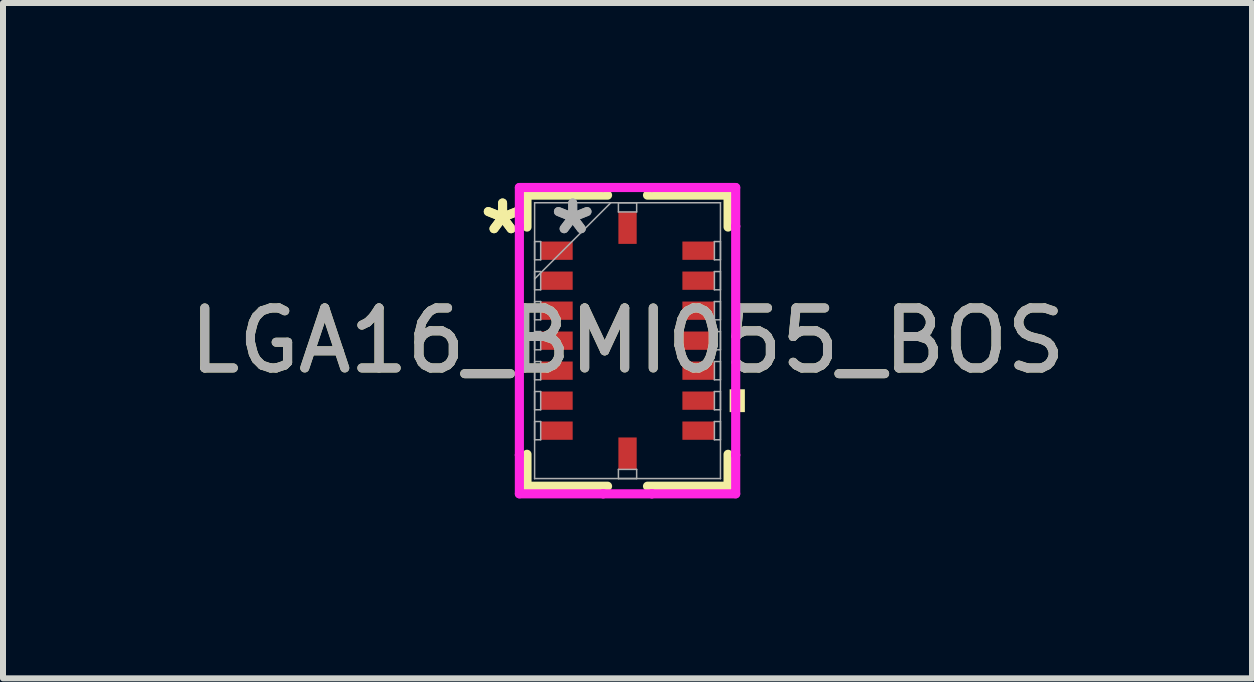
<source format=kicad_pcb>
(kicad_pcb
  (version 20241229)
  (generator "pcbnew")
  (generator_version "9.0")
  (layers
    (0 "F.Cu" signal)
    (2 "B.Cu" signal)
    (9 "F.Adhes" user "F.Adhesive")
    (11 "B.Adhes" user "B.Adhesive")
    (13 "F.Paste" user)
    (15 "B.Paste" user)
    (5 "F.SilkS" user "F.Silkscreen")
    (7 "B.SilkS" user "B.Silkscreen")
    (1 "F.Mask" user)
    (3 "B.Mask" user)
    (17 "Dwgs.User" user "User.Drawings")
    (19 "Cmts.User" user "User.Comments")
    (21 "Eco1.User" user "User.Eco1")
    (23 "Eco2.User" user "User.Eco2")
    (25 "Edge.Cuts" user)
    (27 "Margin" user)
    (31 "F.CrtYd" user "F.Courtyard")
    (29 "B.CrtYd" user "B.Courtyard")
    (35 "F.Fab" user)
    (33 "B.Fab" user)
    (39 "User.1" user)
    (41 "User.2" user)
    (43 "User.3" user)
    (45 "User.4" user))
  (footprint "LGA16_BMI055_BOS"
    (layer "F.Cu")
    (at 7.411 2.629)
    (property "Reference" "LGA16_BMI055_BOS" (at 0 0 0) (unlocked yes) (layer "F.SilkS") (effects (font (size 1 1) (thickness 0.15))))
    (attr smd)
    (fp_line (start -1.676 -2.426) (end -1.676 -1.894) (stroke (width 0.152) (type solid)) (layer "F.SilkS"))
    (fp_line (start -1.676 1.894) (end -1.676 2.426) (stroke (width 0.152) (type solid)) (layer "F.SilkS"))
    (fp_line (start -1.676 2.426) (end -0.333 2.426) (stroke (width 0.152) (type solid)) (layer "F.SilkS"))
    (fp_line (start -0.333 -2.426) (end -1.676 -2.426) (stroke (width 0.152) (type solid)) (layer "F.SilkS"))
    (fp_line (start 0.333 2.426) (end 1.676 2.426) (stroke (width 0.152) (type solid)) (layer "F.SilkS"))
    (fp_line (start 1.676 -2.426) (end 0.333 -2.426) (stroke (width 0.152) (type solid)) (layer "F.SilkS"))
    (fp_line (start 1.676 -1.894) (end 1.676 -2.426) (stroke (width 0.152) (type solid)) (layer "F.SilkS"))
    (fp_line (start 1.676 2.426) (end 1.676 1.894) (stroke (width 0.152) (type solid)) (layer "F.SilkS"))
    (fp_poly (pts (xy 1.956 0.81) (xy 1.956 1.191) (xy 1.702 1.191) (xy 1.702 0.81)) (stroke (width 0) (type solid)) (fill yes) (layer "F.SilkS"))
    (fp_line (start -1.803 -2.553) (end -0.406 -2.553) (stroke (width 0.152) (type solid)) (layer "F.CrtYd"))
    (fp_line (start -1.803 -1.906) (end -1.803 -2.553) (stroke (width 0.152) (type solid)) (layer "F.CrtYd"))
    (fp_line (start -1.803 -1.906) (end -1.803 -1.906) (stroke (width 0.152) (type solid)) (layer "F.CrtYd"))
    (fp_line (start -1.803 1.906) (end -1.803 -1.906) (stroke (width 0.152) (type solid)) (layer "F.CrtYd"))
    (fp_line (start -1.803 1.906) (end -1.803 1.906) (stroke (width 0.152) (type solid)) (layer "F.CrtYd"))
    (fp_line (start -1.803 2.553) (end -1.803 1.906) (stroke (width 0.152) (type solid)) (layer "F.CrtYd"))
    (fp_line (start -0.406 -2.553) (end -0.406 -2.553) (stroke (width 0.152) (type solid)) (layer "F.CrtYd"))
    (fp_line (start -0.406 -2.553) (end 0.406 -2.553) (stroke (width 0.152) (type solid)) (layer "F.CrtYd"))
    (fp_line (start -0.406 2.553) (end -1.803 2.553) (stroke (width 0.152) (type solid)) (layer "F.CrtYd"))
    (fp_line (start -0.406 2.553) (end -0.406 2.553) (stroke (width 0.152) (type solid)) (layer "F.CrtYd"))
    (fp_line (start 0.406 -2.553) (end 0.406 -2.553) (stroke (width 0.152) (type solid)) (layer "F.CrtYd"))
    (fp_line (start 0.406 -2.553) (end 1.803 -2.553) (stroke (width 0.152) (type solid)) (layer "F.CrtYd"))
    (fp_line (start 0.406 2.553) (end -0.406 2.553) (stroke (width 0.152) (type solid)) (layer "F.CrtYd"))
    (fp_line (start 0.406 2.553) (end 0.406 2.553) (stroke (width 0.152) (type solid)) (layer "F.CrtYd"))
    (fp_line (start 1.803 -2.553) (end 1.803 -1.906) (stroke (width 0.152) (type solid)) (layer "F.CrtYd"))
    (fp_line (start 1.803 -1.906) (end 1.803 -1.906) (stroke (width 0.152) (type solid)) (layer "F.CrtYd"))
    (fp_line (start 1.803 -1.906) (end 1.803 1.906) (stroke (width 0.152) (type solid)) (layer "F.CrtYd"))
    (fp_line (start 1.803 1.906) (end 1.803 1.906) (stroke (width 0.152) (type solid)) (layer "F.CrtYd"))
    (fp_line (start 1.803 1.906) (end 1.803 2.553) (stroke (width 0.152) (type solid)) (layer "F.CrtYd"))
    (fp_line (start 1.803 2.553) (end 0.406 2.553) (stroke (width 0.152) (type solid)) (layer "F.CrtYd"))
    (fp_line (start -1.549 -2.299) (end -1.549 -2.299) (stroke (width 0.025) (type solid)) (layer "F.Fab"))
    (fp_line (start -1.549 -2.299) (end -1.549 2.299) (stroke (width 0.025) (type solid)) (layer "F.Fab"))
    (fp_line (start -1.549 -1.652) (end -1.448 -1.652) (stroke (width 0.025) (type solid)) (layer "F.Fab"))
    (fp_line (start -1.549 -1.348) (end -1.549 -1.652) (stroke (width 0.025) (type solid)) (layer "F.Fab"))
    (fp_line (start -1.549 -1.152) (end -1.448 -1.152) (stroke (width 0.025) (type solid)) (layer "F.Fab"))
    (fp_line (start -1.549 -1.029) (end -0.279 -2.299) (stroke (width 0.025) (type solid)) (layer "F.Fab"))
    (fp_line (start -1.549 -0.848) (end -1.549 -1.152) (stroke (width 0.025) (type solid)) (layer "F.Fab"))
    (fp_line (start -1.549 -0.652) (end -1.448 -0.652) (stroke (width 0.025) (type solid)) (layer "F.Fab"))
    (fp_line (start -1.549 -0.348) (end -1.549 -0.652) (stroke (width 0.025) (type solid)) (layer "F.Fab"))
    (fp_line (start -1.549 -0.152) (end -1.448 -0.152) (stroke (width 0.025) (type solid)) (layer "F.Fab"))
    (fp_line (start -1.549 0.152) (end -1.549 -0.152) (stroke (width 0.025) (type solid)) (layer "F.Fab"))
    (fp_line (start -1.549 0.348) (end -1.448 0.348) (stroke (width 0.025) (type solid)) (layer "F.Fab"))
    (fp_line (start -1.549 0.652) (end -1.549 0.348) (stroke (width 0.025) (type solid)) (layer "F.Fab"))
    (fp_line (start -1.549 0.848) (end -1.448 0.848) (stroke (width 0.025) (type solid)) (layer "F.Fab"))
    (fp_line (start -1.549 1.152) (end -1.549 0.848) (stroke (width 0.025) (type solid)) (layer "F.Fab"))
    (fp_line (start -1.549 1.348) (end -1.448 1.348) (stroke (width 0.025) (type solid)) (layer "F.Fab"))
    (fp_line (start -1.549 1.652) (end -1.549 1.348) (stroke (width 0.025) (type solid)) (layer "F.Fab"))
    (fp_line (start -1.549 2.299) (end -1.549 2.299) (stroke (width 0.025) (type solid)) (layer "F.Fab"))
    (fp_line (start -1.549 2.299) (end 1.549 2.299) (stroke (width 0.025) (type solid)) (layer "F.Fab"))
    (fp_line (start -1.448 -1.652) (end -1.448 -1.348) (stroke (width 0.025) (type solid)) (layer "F.Fab"))
    (fp_line (start -1.448 -1.348) (end -1.549 -1.348) (stroke (width 0.025) (type solid)) (layer "F.Fab"))
    (fp_line (start -1.448 -1.152) (end -1.448 -0.848) (stroke (width 0.025) (type solid)) (layer "F.Fab"))
    (fp_line (start -1.448 -0.848) (end -1.549 -0.848) (stroke (width 0.025) (type solid)) (layer "F.Fab"))
    (fp_line (start -1.448 -0.652) (end -1.448 -0.348) (stroke (width 0.025) (type solid)) (layer "F.Fab"))
    (fp_line (start -1.448 -0.348) (end -1.549 -0.348) (stroke (width 0.025) (type solid)) (layer "F.Fab"))
    (fp_line (start -1.448 -0.152) (end -1.448 0.152) (stroke (width 0.025) (type solid)) (layer "F.Fab"))
    (fp_line (start -1.448 0.152) (end -1.549 0.152) (stroke (width 0.025) (type solid)) (layer "F.Fab"))
    (fp_line (start -1.448 0.348) (end -1.448 0.652) (stroke (width 0.025) (type solid)) (layer "F.Fab"))
    (fp_line (start -1.448 0.652) (end -1.549 0.652) (stroke (width 0.025) (type solid)) (layer "F.Fab"))
    (fp_line (start -1.448 0.848) (end -1.448 1.152) (stroke (width 0.025) (type solid)) (layer "F.Fab"))
    (fp_line (start -1.448 1.152) (end -1.549 1.152) (stroke (width 0.025) (type solid)) (layer "F.Fab"))
    (fp_line (start -1.448 1.348) (end -1.448 1.652) (stroke (width 0.025) (type solid)) (layer "F.Fab"))
    (fp_line (start -1.448 1.652) (end -1.549 1.652) (stroke (width 0.025) (type solid)) (layer "F.Fab"))
    (fp_line (start -0.152 -2.299) (end 0.152 -2.299) (stroke (width 0.025) (type solid)) (layer "F.Fab"))
    (fp_line (start -0.152 -2.146) (end -0.152 -2.299) (stroke (width 0.025) (type solid)) (layer "F.Fab"))
    (fp_line (start -0.152 2.146) (end 0.152 2.146) (stroke (width 0.025) (type solid)) (layer "F.Fab"))
    (fp_line (start -0.152 2.299) (end -0.152 2.146) (stroke (width 0.025) (type solid)) (layer "F.Fab"))
    (fp_line (start 0.152 -2.299) (end 0.152 -2.146) (stroke (width 0.025) (type solid)) (layer "F.Fab"))
    (fp_line (start 0.152 -2.146) (end -0.152 -2.146) (stroke (width 0.025) (type solid)) (layer "F.Fab"))
    (fp_line (start 0.152 2.146) (end 0.152 2.299) (stroke (width 0.025) (type solid)) (layer "F.Fab"))
    (fp_line (start 0.152 2.299) (end -0.152 2.299) (stroke (width 0.025) (type solid)) (layer "F.Fab"))
    (fp_line (start 1.448 -1.652) (end 1.549 -1.652) (stroke (width 0.025) (type solid)) (layer "F.Fab"))
    (fp_line (start 1.448 -1.348) (end 1.448 -1.652) (stroke (width 0.025) (type solid)) (layer "F.Fab"))
    (fp_line (start 1.448 -1.152) (end 1.549 -1.152) (stroke (width 0.025) (type solid)) (layer "F.Fab"))
    (fp_line (start 1.448 -0.848) (end 1.448 -1.152) (stroke (width 0.025) (type solid)) (layer "F.Fab"))
    (fp_line (start 1.448 -0.652) (end 1.549 -0.652) (stroke (width 0.025) (type solid)) (layer "F.Fab"))
    (fp_line (start 1.448 -0.348) (end 1.448 -0.652) (stroke (width 0.025) (type solid)) (layer "F.Fab"))
    (fp_line (start 1.448 -0.152) (end 1.549 -0.152) (stroke (width 0.025) (type solid)) (layer "F.Fab"))
    (fp_line (start 1.448 0.152) (end 1.448 -0.152) (stroke (width 0.025) (type solid)) (layer "F.Fab"))
    (fp_line (start 1.448 0.348) (end 1.549 0.348) (stroke (width 0.025) (type solid)) (layer "F.Fab"))
    (fp_line (start 1.448 0.652) (end 1.448 0.348) (stroke (width 0.025) (type solid)) (layer "F.Fab"))
    (fp_line (start 1.448 0.848) (end 1.549 0.848) (stroke (width 0.025) (type solid)) (layer "F.Fab"))
    (fp_line (start 1.448 1.152) (end 1.448 0.848) (stroke (width 0.025) (type solid)) (layer "F.Fab"))
    (fp_line (start 1.448 1.348) (end 1.549 1.348) (stroke (width 0.025) (type solid)) (layer "F.Fab"))
    (fp_line (start 1.448 1.652) (end 1.448 1.348) (stroke (width 0.025) (type solid)) (layer "F.Fab"))
    (fp_line (start 1.549 -2.299) (end -1.549 -2.299) (stroke (width 0.025) (type solid)) (layer "F.Fab"))
    (fp_line (start 1.549 -2.299) (end 1.549 -2.299) (stroke (width 0.025) (type solid)) (layer "F.Fab"))
    (fp_line (start 1.549 -1.652) (end 1.549 -1.348) (stroke (width 0.025) (type solid)) (layer "F.Fab"))
    (fp_line (start 1.549 -1.348) (end 1.448 -1.348) (stroke (width 0.025) (type solid)) (layer "F.Fab"))
    (fp_line (start 1.549 -1.152) (end 1.549 -0.848) (stroke (width 0.025) (type solid)) (layer "F.Fab"))
    (fp_line (start 1.549 -0.848) (end 1.448 -0.848) (stroke (width 0.025) (type solid)) (layer "F.Fab"))
    (fp_line (start 1.549 -0.652) (end 1.549 -0.348) (stroke (width 0.025) (type solid)) (layer "F.Fab"))
    (fp_line (start 1.549 -0.348) (end 1.448 -0.348) (stroke (width 0.025) (type solid)) (layer "F.Fab"))
    (fp_line (start 1.549 -0.152) (end 1.549 0.152) (stroke (width 0.025) (type solid)) (layer "F.Fab"))
    (fp_line (start 1.549 0.152) (end 1.448 0.152) (stroke (width 0.025) (type solid)) (layer "F.Fab"))
    (fp_line (start 1.549 0.348) (end 1.549 0.652) (stroke (width 0.025) (type solid)) (layer "F.Fab"))
    (fp_line (start 1.549 0.652) (end 1.448 0.652) (stroke (width 0.025) (type solid)) (layer "F.Fab"))
    (fp_line (start 1.549 0.848) (end 1.549 1.152) (stroke (width 0.025) (type solid)) (layer "F.Fab"))
    (fp_line (start 1.549 1.152) (end 1.448 1.152) (stroke (width 0.025) (type solid)) (layer "F.Fab"))
    (fp_line (start 1.549 1.348) (end 1.549 1.652) (stroke (width 0.025) (type solid)) (layer "F.Fab"))
    (fp_line (start 1.549 1.652) (end 1.448 1.652) (stroke (width 0.025) (type solid)) (layer "F.Fab"))
    (fp_line (start 1.549 2.299) (end 1.549 -2.299) (stroke (width 0.025) (type solid)) (layer "F.Fab"))
    (fp_line (start 1.549 2.299) (end 1.549 2.299) (stroke (width 0.025) (type solid)) (layer "F.Fab"))
    (fp_text user "*" (at -2.083 -1.75 0) (layer "F.SilkS") (effects (font (size 1 1) (thickness 0.15))))
    (fp_text user "*" (at -2.083 -1.75 0) (unlocked yes) (layer "F.SilkS") (effects (font (size 1 1) (thickness 0.15))))
    (fp_text user "${REFERENCE}" (at 0 0 0) (unlocked yes) (layer "F.Fab") (effects (font (size 1 1) (thickness 0.15))))
    (fp_text user "*" (at -0.914 -1.75 0) (unlocked yes) (layer "F.Fab") (effects (font (size 1 1) (thickness 0.15))))
    (fp_text user "*" (at -0.914 -1.75 0) (layer "F.Fab") (effects (font (size 1 1) (thickness 0.15))))
    (pad "1" smd rect (at -1.181 -1.5 90) (size 0.305 0.533) (layers "F.Cu" "F.Mask" "F.Paste"))
    (pad "2" smd rect (at -1.181 -1 90) (size 0.305 0.533) (layers "F.Cu" "F.Mask" "F.Paste"))
    (pad "3" smd rect (at -1.181 -0.5 90) (size 0.305 0.533) (layers "F.Cu" "F.Mask" "F.Paste"))
    (pad "4" smd rect (at -1.181 0 90) (size 0.305 0.533) (layers "F.Cu" "F.Mask" "F.Paste"))
    (pad "5" smd rect (at -1.181 0.5 90) (size 0.305 0.533) (layers "F.Cu" "F.Mask" "F.Paste"))
    (pad "6" smd rect (at -1.181 1 90) (size 0.305 0.533) (layers "F.Cu" "F.Mask" "F.Paste"))
    (pad "7" smd rect (at -1.181 1.5 90) (size 0.305 0.533) (layers "F.Cu" "F.Mask" "F.Paste"))
    (pad "8" smd rect (at 0 1.88) (size 0.305 0.533) (layers "F.Cu" "F.Mask" "F.Paste"))
    (pad "9" smd rect (at 1.181 1.5 90) (size 0.305 0.533) (layers "F.Cu" "F.Mask" "F.Paste"))
    (pad "10" smd rect (at 1.181 1 90) (size 0.305 0.533) (layers "F.Cu" "F.Mask" "F.Paste"))
    (pad "11" smd rect (at 1.181 0.5 90) (size 0.305 0.533) (layers "F.Cu" "F.Mask" "F.Paste"))
    (pad "12" smd rect (at 1.181 0 90) (size 0.305 0.533) (layers "F.Cu" "F.Mask" "F.Paste"))
    (pad "13" smd rect (at 1.181 -0.5 90) (size 0.305 0.533) (layers "F.Cu" "F.Mask" "F.Paste"))
    (pad "14" smd rect (at 1.181 -1 90) (size 0.305 0.533) (layers "F.Cu" "F.Mask" "F.Paste"))
    (pad "15" smd rect (at 1.181 -1.5 90) (size 0.305 0.533) (layers "F.Cu" "F.Mask" "F.Paste"))
    (pad "16" smd rect (at 0 -1.88) (size 0.305 0.533) (layers "F.Cu" "F.Mask" "F.Paste")))
  (gr_rect
    (start -3 -3)
    (end 17.821 8.258)
    (stroke (width 0.1) (type default))
    (fill no)
    (layer "Edge.Cuts")))
</source>
